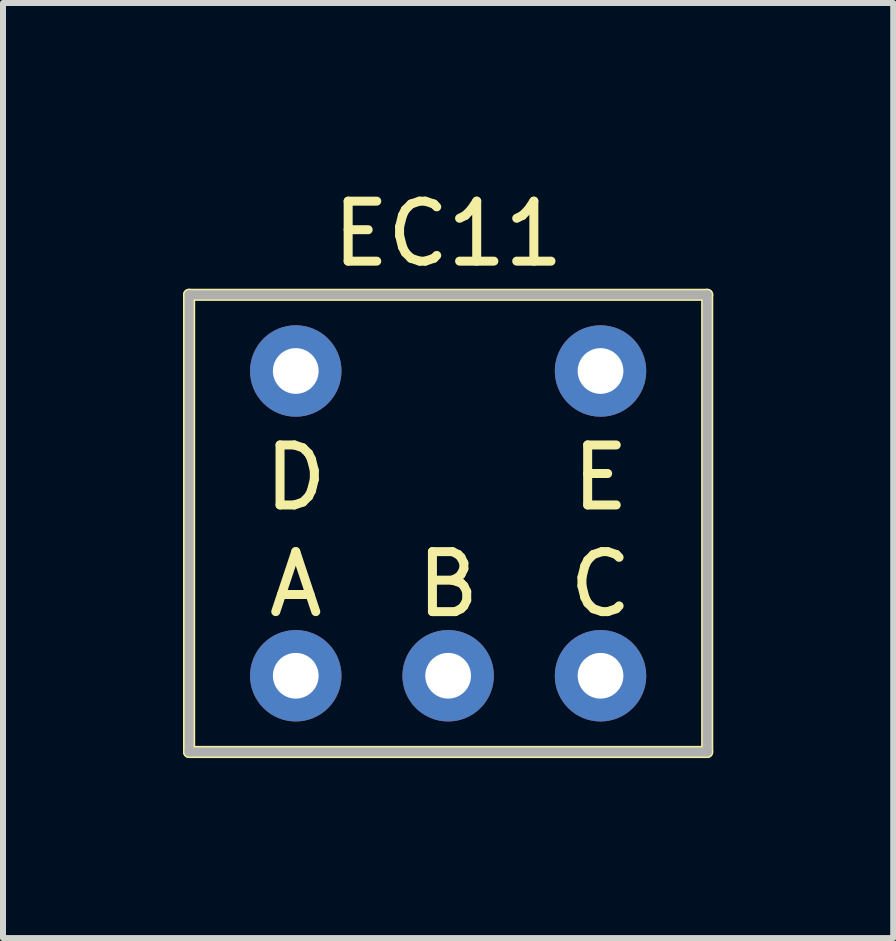
<source format=kicad_pcb>
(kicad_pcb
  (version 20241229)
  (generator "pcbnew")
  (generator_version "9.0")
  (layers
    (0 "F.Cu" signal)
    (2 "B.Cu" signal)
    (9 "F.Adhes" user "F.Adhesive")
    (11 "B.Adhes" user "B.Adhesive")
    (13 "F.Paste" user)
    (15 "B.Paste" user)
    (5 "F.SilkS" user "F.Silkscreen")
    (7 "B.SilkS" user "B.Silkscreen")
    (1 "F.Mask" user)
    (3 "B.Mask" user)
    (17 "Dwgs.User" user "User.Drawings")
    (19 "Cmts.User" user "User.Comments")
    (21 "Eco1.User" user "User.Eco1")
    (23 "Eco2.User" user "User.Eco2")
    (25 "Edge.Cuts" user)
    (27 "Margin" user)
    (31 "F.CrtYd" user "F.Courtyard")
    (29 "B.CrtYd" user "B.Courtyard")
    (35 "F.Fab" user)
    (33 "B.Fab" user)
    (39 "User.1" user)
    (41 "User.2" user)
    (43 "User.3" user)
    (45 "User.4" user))
  (footprint "EC11"
    (layer "F.Cu")
    (at 4.42 5.674)
    (property "Reference" "EC11" (at 0 -4.826 0) (layer "F.SilkS") (effects (font (size 1 1) (thickness 0.15))))
    (attr through_hole)
    (fp_line (start -4.318 -3.81) (end -4.318 3.81) (stroke (width 0.203) (type solid)) (layer "F.SilkS"))
    (fp_line (start -4.318 3.81) (end 4.318 3.81) (stroke (width 0.203) (type solid)) (layer "F.SilkS"))
    (fp_line (start 4.318 -3.81) (end -4.318 -3.81) (stroke (width 0.203) (type solid)) (layer "F.SilkS"))
    (fp_line (start 4.318 3.81) (end 4.318 -3.81) (stroke (width 0.203) (type solid)) (layer "F.SilkS"))
    (fp_line (start -4.318 -3.81) (end -4.318 3.81) (stroke (width 0.15) (type solid)) (layer "F.Fab"))
    (fp_line (start -4.318 3.81) (end 4.318 3.81) (stroke (width 0.15) (type solid)) (layer "F.Fab"))
    (fp_line (start 4.318 -3.81) (end -4.318 -3.81) (stroke (width 0.15) (type solid)) (layer "F.Fab"))
    (fp_line (start 4.318 3.81) (end 4.318 -3.81) (stroke (width 0.15) (type solid)) (layer "F.Fab"))
    (fp_text user "C" (at 2.54 1.016 0) (layer "F.SilkS") (effects (font (size 1 1) (thickness 0.15))))
    (fp_text user "A" (at -2.54 1.016 0) (layer "F.SilkS") (effects (font (size 1 1) (thickness 0.15))))
    (fp_text user "E" (at 2.54 -0.762 0) (layer "F.SilkS") (effects (font (size 1 1) (thickness 0.15))))
    (fp_text user "D" (at -2.54 -0.762 0) (layer "F.SilkS") (effects (font (size 1 1) (thickness 0.15))))
    (fp_text user "B" (at 0 1.016 0) (layer "F.SilkS") (effects (font (size 1 1) (thickness 0.15))))
    (pad "1" thru_hole circle (at -2.54 2.54) (size 1.524 1.524) (drill 0.762) (layers "*.Cu" "*.Mask"))
    (pad "2" thru_hole circle (at 0 2.54) (size 1.524 1.524) (drill 0.762) (layers "*.Cu" "*.Mask"))
    (pad "3" thru_hole circle (at 2.54 2.54) (size 1.524 1.524) (drill 0.762) (layers "*.Cu" "*.Mask"))
    (pad "4" thru_hole circle (at 2.54 -2.54) (size 1.524 1.524) (drill 0.762) (layers "*.Cu" "*.Mask"))
    (pad "5" thru_hole circle (at -2.54 -2.54) (size 1.524 1.524) (drill 0.762) (layers "*.Cu" "*.Mask")))
  (gr_rect
    (start -3 -3)
    (end 11.839 12.586)
    (stroke (width 0.1) (type default))
    (fill no)
    (layer "Edge.Cuts")))
</source>
